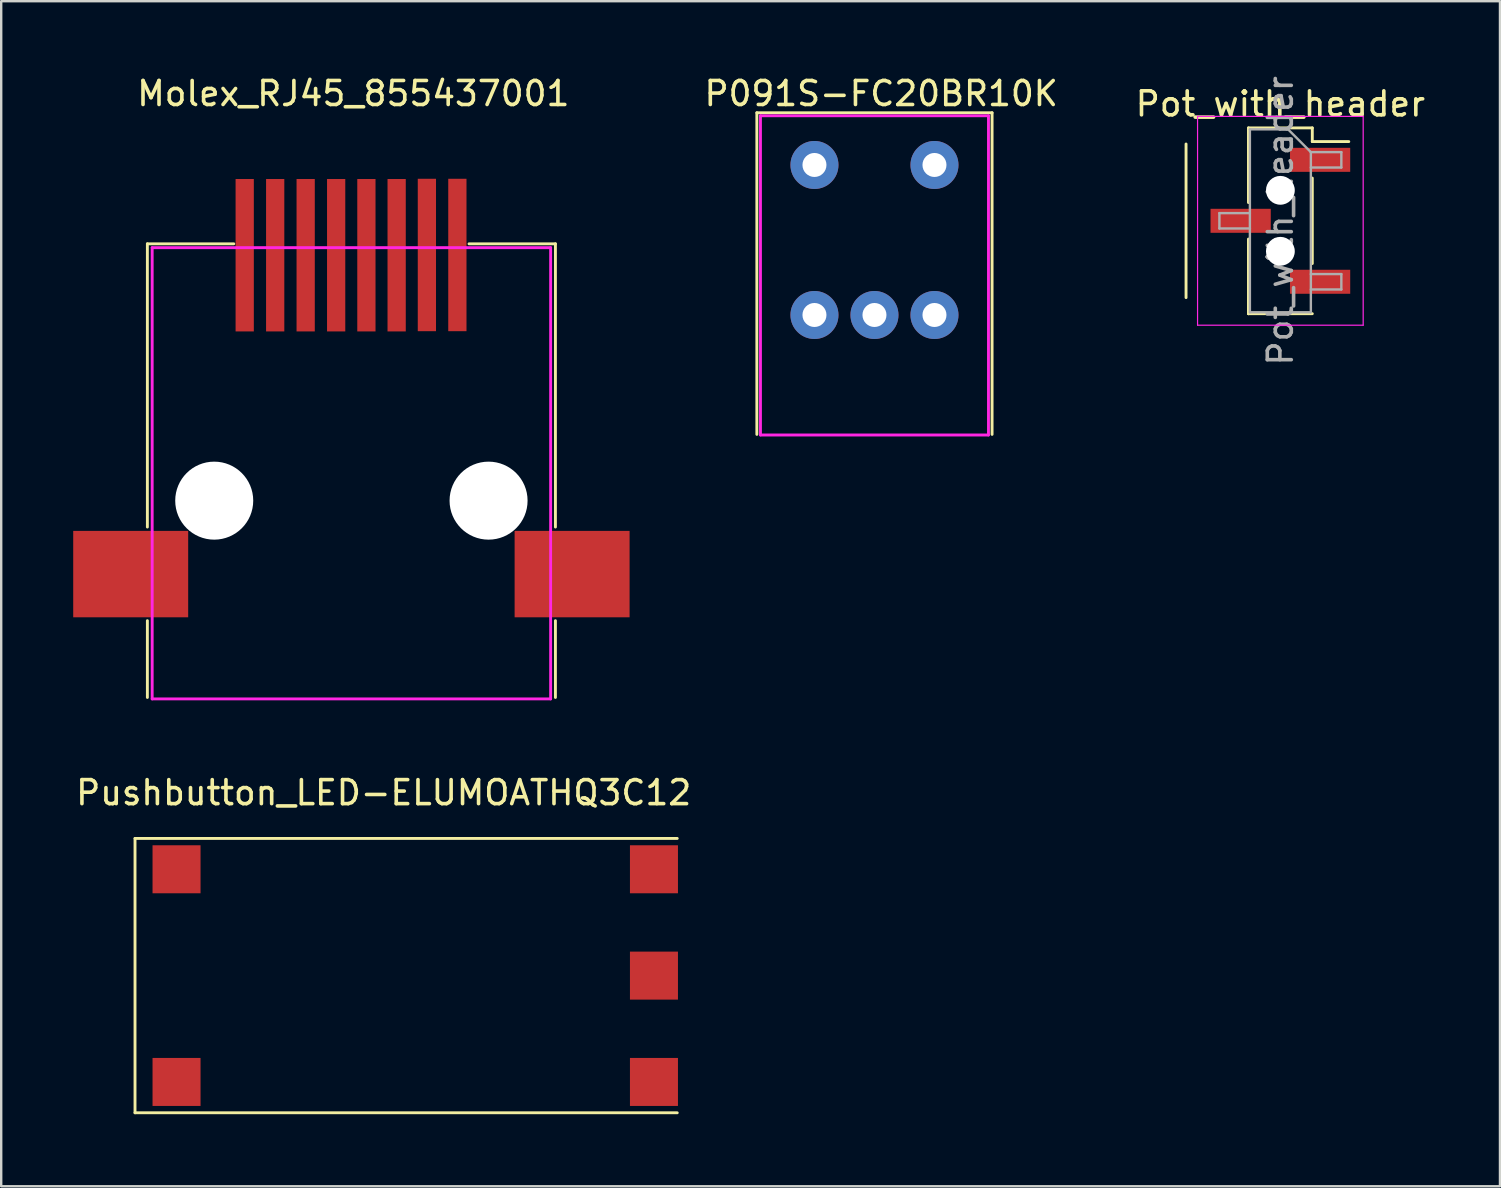
<source format=kicad_pcb>
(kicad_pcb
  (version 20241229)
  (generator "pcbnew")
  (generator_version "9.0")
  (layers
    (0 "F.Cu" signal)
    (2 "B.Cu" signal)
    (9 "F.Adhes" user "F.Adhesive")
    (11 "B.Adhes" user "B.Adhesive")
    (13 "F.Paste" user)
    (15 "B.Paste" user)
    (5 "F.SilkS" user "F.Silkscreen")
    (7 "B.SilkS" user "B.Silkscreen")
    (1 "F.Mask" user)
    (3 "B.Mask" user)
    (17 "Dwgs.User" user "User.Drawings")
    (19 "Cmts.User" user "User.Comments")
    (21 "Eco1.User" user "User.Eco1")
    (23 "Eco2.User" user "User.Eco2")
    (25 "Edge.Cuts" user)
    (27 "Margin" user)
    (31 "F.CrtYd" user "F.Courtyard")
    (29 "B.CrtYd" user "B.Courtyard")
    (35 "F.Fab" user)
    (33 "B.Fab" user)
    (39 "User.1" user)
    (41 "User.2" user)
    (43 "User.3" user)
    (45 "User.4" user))
  (footprint "Molex_RJ45_855437001"
    (layer "F.Cu")
    (at 11.59 4.408)
    (property "Reference" "Molex_RJ45_855437001" (at 0.08 -3.56 0) (layer "F.SilkS") (effects (font (size 1 1) (thickness 0.15))))
    (attr through_hole)
    (fp_line (start -8.5 2.7) (end -8.5 14.5) (stroke (width 0.12) (type solid)) (layer "F.SilkS"))
    (fp_line (start -8.5 18.4) (end -8.5 21.6) (stroke (width 0.12) (type solid)) (layer "F.SilkS"))
    (fp_line (start -4.9 2.7) (end -8.5 2.7) (stroke (width 0.12) (type solid)) (layer "F.SilkS"))
    (fp_line (start 4.9 2.7) (end 8.5 2.7) (stroke (width 0.12) (type solid)) (layer "F.SilkS"))
    (fp_line (start 8.5 2.7) (end 8.5 14.5) (stroke (width 0.12) (type solid)) (layer "F.SilkS"))
    (fp_line (start 8.5 18.4) (end 8.5 21.6) (stroke (width 0.12) (type solid)) (layer "F.SilkS"))
    (fp_line (start -8.3 2.86) (end -8.3 21.66) (stroke (width 0.12) (type solid)) (layer "F.CrtYd"))
    (fp_line (start -8.3 2.86) (end 8.3 2.86) (stroke (width 0.12) (type solid)) (layer "F.CrtYd"))
    (fp_line (start -8.3 21.66) (end 8.3 21.66) (stroke (width 0.12) (type solid)) (layer "F.CrtYd"))
    (fp_line (start 8.3 2.86) (end 8.3 21.66) (stroke (width 0.12) (type solid)) (layer "F.CrtYd"))
    (pad "" np_thru_hole circle (at -5.715 13.4) (size 3.25 3.25) (drill 3.25) (layers "*.Cu" "*.Mask"))
    (pad "" np_thru_hole circle (at 5.715 13.4) (size 3.25 3.25) (drill 3.25) (layers "*.Cu" "*.Mask"))
    (pad "1" smd rect (at -4.445 3.175) (size 0.76 6.35) (layers "F.Cu" "F.Mask" "F.Paste"))
    (pad "2" smd rect (at -3.175 3.175) (size 0.76 6.35) (layers "F.Cu" "F.Mask" "F.Paste"))
    (pad "3" smd rect (at -1.905 3.175) (size 0.76 6.35) (layers "F.Cu" "F.Mask" "F.Paste"))
    (pad "4" smd rect (at -0.635 3.175) (size 0.76 6.35) (layers "F.Cu" "F.Mask" "F.Paste"))
    (pad "5" smd rect (at 0.625 3.175) (size 0.76 6.35) (layers "F.Cu" "F.Mask" "F.Paste"))
    (pad "6" smd rect (at 1.885 3.175) (size 0.76 6.35) (layers "F.Cu" "F.Mask" "F.Paste"))
    (pad "7" smd rect (at 3.145 3.165) (size 0.76 6.35) (layers "F.Cu" "F.Mask" "F.Paste"))
    (pad "8" smd rect (at 4.415 3.165) (size 0.76 6.35) (layers "F.Cu" "F.Mask" "F.Paste"))
    (pad "SH" smd rect (at -9.195 16.46) (size 4.79 3.6) (layers "F.Cu" "F.Mask" "F.Paste"))
    (pad "SH" smd rect (at 9.195 16.46) (size 4.79 3.6) (layers "F.Cu" "F.Mask" "F.Paste")))
  (footprint "Pot_with_header"
    (layer "F.Cu")
    (at 50.293 6.149)
    (property "Reference" "Pot_with_header" (at 0 -4.87 0) (layer "F.SilkS") (effects (font (size 1 1) (thickness 0.15))))
    (attr smd)
    (fp_line (start -3.93 3.2) (end -3.93 -3.2) (stroke (width 0.12) (type solid)) (layer "F.SilkS"))
    (fp_line (start -1.33 -3.87) (end -1.33 -0.76) (stroke (width 0.12) (type solid)) (layer "F.SilkS"))
    (fp_line (start -1.33 -3.87) (end 1.33 -3.87) (stroke (width 0.12) (type solid)) (layer "F.SilkS"))
    (fp_line (start -1.33 0.76) (end -1.33 3.87) (stroke (width 0.12) (type solid)) (layer "F.SilkS"))
    (fp_line (start -1.33 3.3) (end -1.33 3.87) (stroke (width 0.12) (type solid)) (layer "F.SilkS"))
    (fp_line (start -1.33 3.87) (end 1.33 3.87) (stroke (width 0.12) (type solid)) (layer "F.SilkS"))
    (fp_line (start 1.33 -3.87) (end 1.33 -3.3) (stroke (width 0.12) (type solid)) (layer "F.SilkS"))
    (fp_line (start 1.33 -3.3) (end 2.85 -3.3) (stroke (width 0.12) (type solid)) (layer "F.SilkS"))
    (fp_line (start 1.33 -1.78) (end 1.33 1.78) (stroke (width 0.12) (type solid)) (layer "F.SilkS"))
    (fp_line (start -3.45 -4.35) (end -3.45 4.35) (stroke (width 0.05) (type solid)) (layer "F.CrtYd"))
    (fp_line (start -3.45 4.35) (end 3.45 4.35) (stroke (width 0.05) (type solid)) (layer "F.CrtYd"))
    (fp_line (start 3.45 -4.35) (end -3.45 -4.35) (stroke (width 0.05) (type solid)) (layer "F.CrtYd"))
    (fp_line (start 3.45 4.35) (end 3.45 -4.35) (stroke (width 0.05) (type solid)) (layer "F.CrtYd"))
    (fp_line (start -2.54 -0.32) (end -2.54 0.32) (stroke (width 0.1) (type solid)) (layer "F.Fab"))
    (fp_line (start -2.54 0.32) (end -1.27 0.32) (stroke (width 0.1) (type solid)) (layer "F.Fab"))
    (fp_line (start -1.27 -3.81) (end -1.27 3.81) (stroke (width 0.1) (type solid)) (layer "F.Fab"))
    (fp_line (start -1.27 -3.81) (end 0.32 -3.81) (stroke (width 0.1) (type solid)) (layer "F.Fab"))
    (fp_line (start -1.27 -0.32) (end -2.54 -0.32) (stroke (width 0.1) (type solid)) (layer "F.Fab"))
    (fp_line (start 1.27 -2.86) (end 0.32 -3.81) (stroke (width 0.1) (type solid)) (layer "F.Fab"))
    (fp_line (start 1.27 -2.86) (end 2.54 -2.86) (stroke (width 0.1) (type solid)) (layer "F.Fab"))
    (fp_line (start 1.27 2.22) (end 2.54 2.22) (stroke (width 0.1) (type solid)) (layer "F.Fab"))
    (fp_line (start 1.27 3.81) (end -1.27 3.81) (stroke (width 0.1) (type solid)) (layer "F.Fab"))
    (fp_line (start 1.27 3.81) (end 1.27 -2.86) (stroke (width 0.1) (type solid)) (layer "F.Fab"))
    (fp_line (start 2.54 -2.86) (end 2.54 -2.22) (stroke (width 0.1) (type solid)) (layer "F.Fab"))
    (fp_line (start 2.54 -2.22) (end 1.27 -2.22) (stroke (width 0.1) (type solid)) (layer "F.Fab"))
    (fp_line (start 2.54 2.22) (end 2.54 2.86) (stroke (width 0.1) (type solid)) (layer "F.Fab"))
    (fp_line (start 2.54 2.86) (end 1.27 2.86) (stroke (width 0.1) (type solid)) (layer "F.Fab"))
    (fp_text user "${REFERENCE}" (at 0 0 90) (layer "F.Fab") (effects (font (size 1 1) (thickness 0.15))))
    (pad "" np_thru_hole circle (at 0 -1.27) (size 1.2 1.2) (drill 1.2) (layers "*.Cu" "*.Mask"))
    (pad "" np_thru_hole circle (at 0 1.27) (size 1.2 1.2) (drill 1.2) (layers "*.Cu" "*.Mask"))
    (pad "1" smd rect (at 1.655 -2.54) (size 2.51 1) (layers "F.Cu" "F.Mask" "F.Paste"))
    (pad "2" smd rect (at -1.655 0) (size 2.51 1) (layers "F.Cu" "F.Mask" "F.Paste"))
    (pad "3" smd rect (at 1.655 2.54) (size 2.51 1) (layers "F.Cu" "F.Mask" "F.Paste")))
  (footprint "Pushbutton_LED-ELUMOATHQ3C12"
    (layer "F.Cu")
    (at 3.305 37.596)
    (property "Reference" "Pushbutton_LED-ELUMOATHQ3C12" (at 9.63 -7.62 0) (layer "F.SilkS") (effects (font (size 1 1) (thickness 0.15))))
    (attr through_hole)
    (fp_line (start -0.73 -5.715) (end -0.73 5.715) (stroke (width 0.12) (type solid)) (layer "F.SilkS"))
    (fp_line (start -0.73 -5.715) (end 21.86 -5.715) (stroke (width 0.12) (type solid)) (layer "F.SilkS"))
    (fp_line (start -0.73 5.715) (end 21.86 5.715) (stroke (width 0.12) (type solid)) (layer "F.SilkS"))
    (pad "1" smd rect (at 20.89 4.43) (size 2 2) (layers "F.Cu" "F.Mask" "F.Paste"))
    (pad "2" smd rect (at 20.89 0) (size 2 2) (layers "F.Cu" "F.Mask" "F.Paste"))
    (pad "3" smd rect (at 20.89 -4.43) (size 2 2) (layers "F.Cu" "F.Mask" "F.Paste"))
    (pad "4" smd rect (at 1 -4.43) (size 2 2) (layers "F.Cu" "F.Mask" "F.Paste"))
    (pad "5" smd rect (at 1 4.43) (size 2 2) (layers "F.Cu" "F.Mask" "F.Paste")))
  (footprint "P091S-FC20BR10K"
    (layer "F.Cu")
    (at 33.382 6.948)
    (property "Reference" "P091S-FC20BR10K" (at 0.28 -6.1 180) (layer "F.SilkS") (effects (font (size 1 1) (thickness 0.15))))
    (attr through_hole)
    (fp_line (start -4.9 -5.3) (end 4.9 -5.3) (stroke (width 0.12) (type solid)) (layer "F.SilkS"))
    (fp_line (start -4.9 8.1) (end -4.9 -5.3) (stroke (width 0.12) (type solid)) (layer "F.SilkS"))
    (fp_line (start 4.9 -5.3) (end 4.9 8.1) (stroke (width 0.12) (type solid)) (layer "F.SilkS"))
    (fp_line (start -4.75 -5.175) (end -4.75 8.125) (stroke (width 0.12) (type solid)) (layer "F.CrtYd"))
    (fp_line (start -4.75 -5.175) (end 4.75 -5.175) (stroke (width 0.12) (type solid)) (layer "F.CrtYd"))
    (fp_line (start -4.75 8.125) (end 4.75 8.125) (stroke (width 0.12) (type solid)) (layer "F.CrtYd"))
    (fp_line (start 4.75 -5.175) (end 4.75 8.125) (stroke (width 0.12) (type solid)) (layer "F.CrtYd"))
    (pad "1" thru_hole circle (at -2.5 3.125) (size 2 2) (drill 1) (layers "*.Cu" "*.Mask"))
    (pad "2" thru_hole circle (at 0 3.125) (size 2 2) (drill 1) (layers "*.Cu" "*.Mask"))
    (pad "3" thru_hole circle (at 2.5 3.125) (size 2 2) (drill 1) (layers "*.Cu" "*.Mask"))
    (pad "4" thru_hole circle (at 2.5 -3.125) (size 2 2) (drill 1) (layers "*.Cu" "*.Mask"))
    (pad "5" thru_hole circle (at -2.5 -3.125) (size 2 2) (drill 1) (layers "*.Cu" "*.Mask")))
  (gr_rect
    (start -3 -3)
    (end 59.442 46.371)
    (stroke (width 0.1) (type default))
    (fill no)
    (layer "Edge.Cuts")))
</source>
